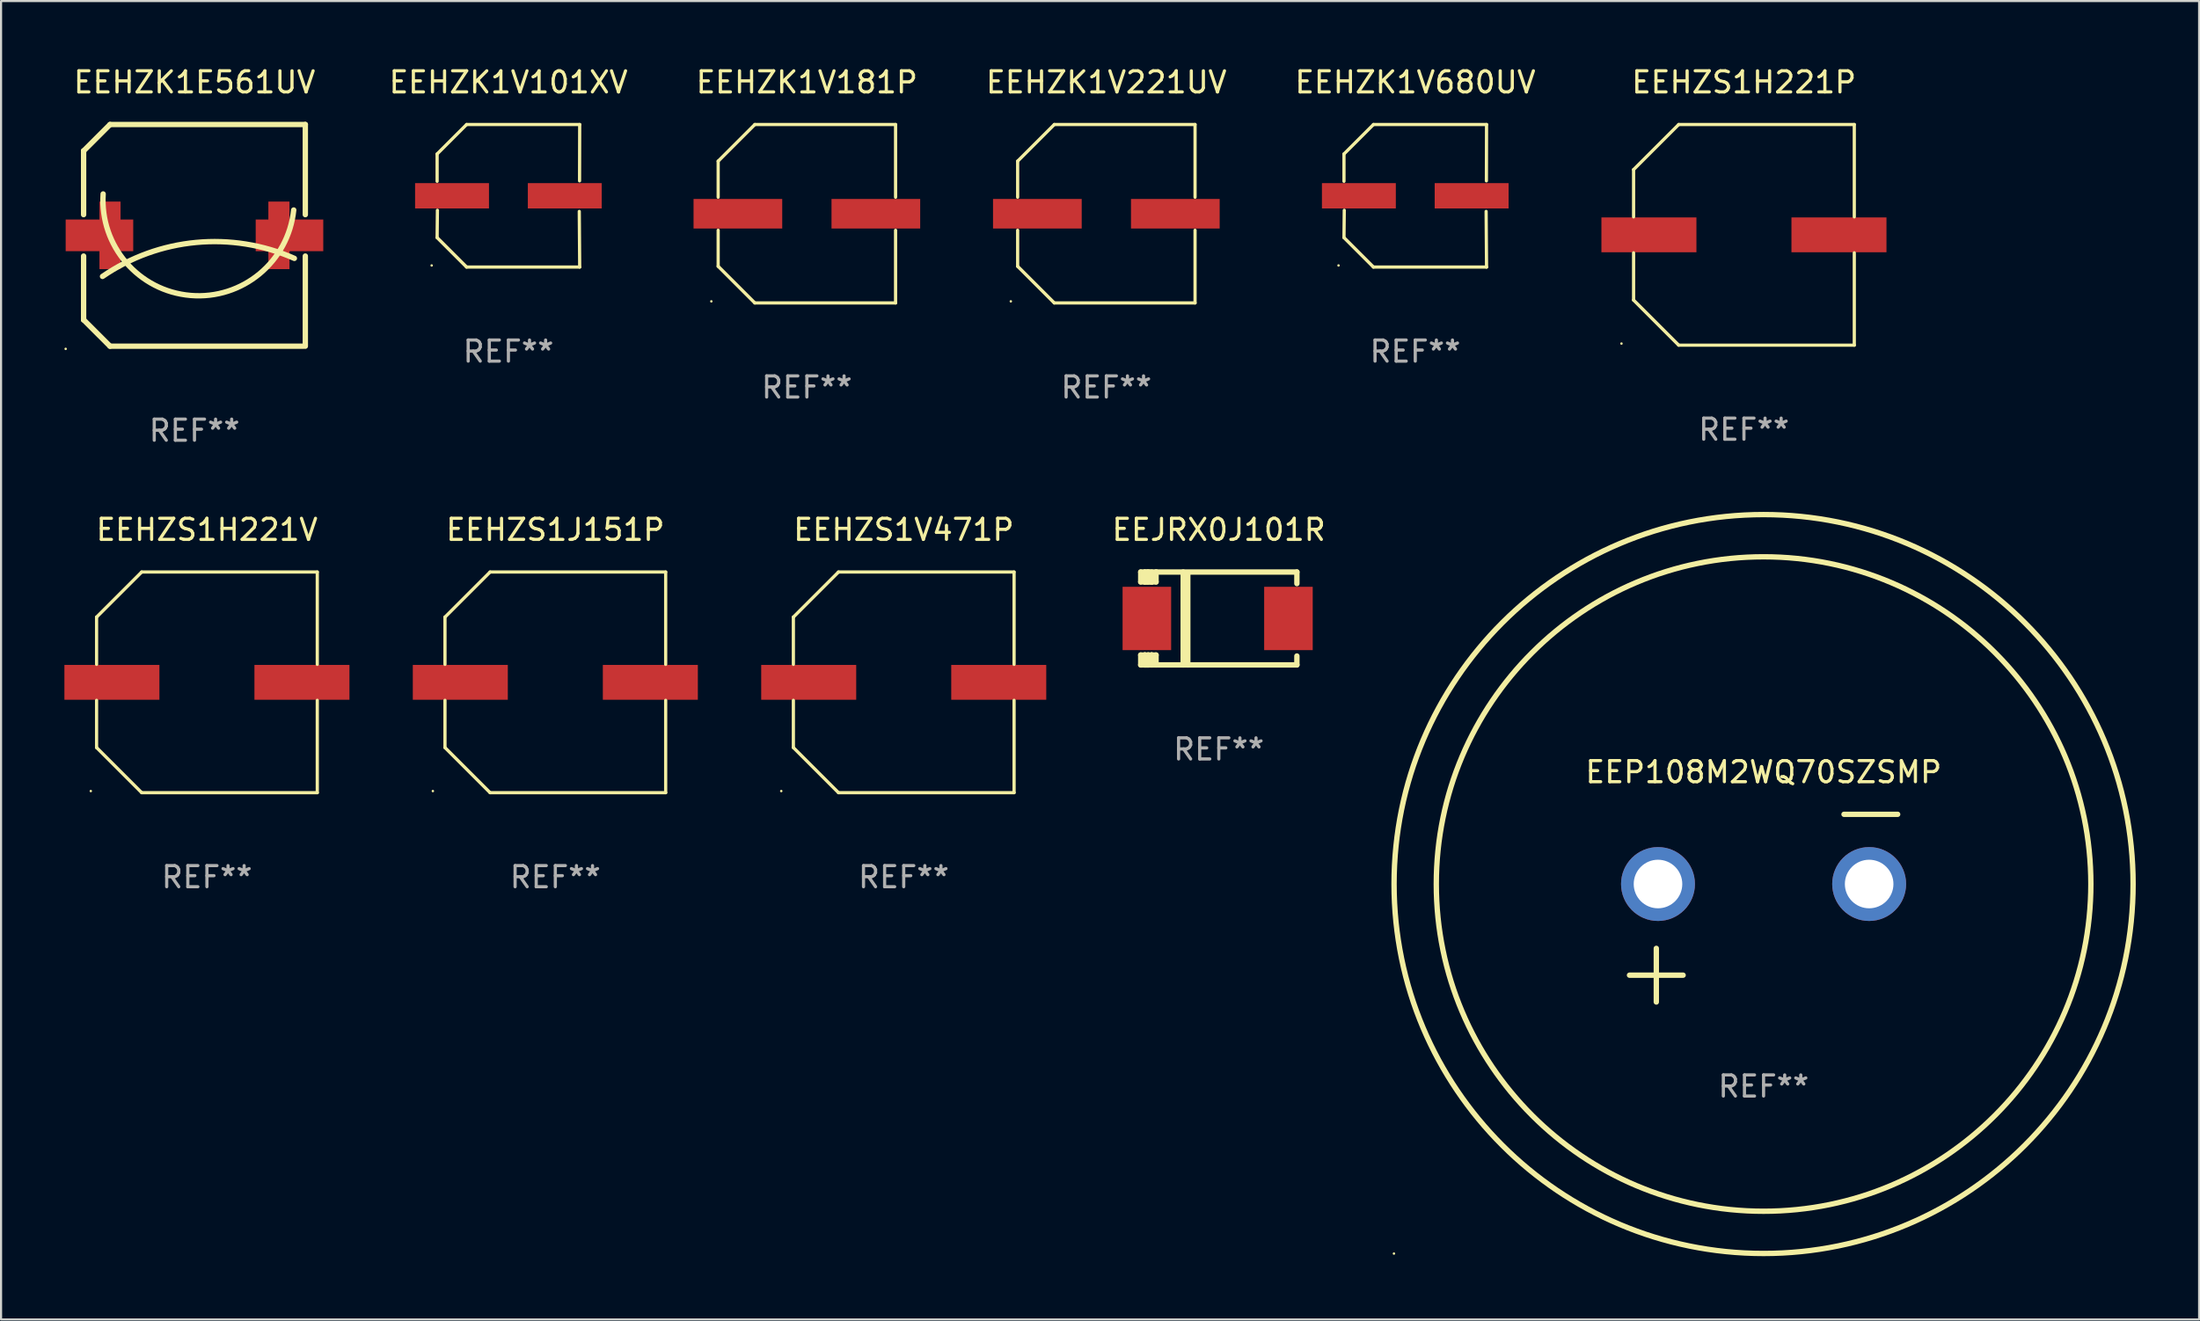
<source format=kicad_pcb>
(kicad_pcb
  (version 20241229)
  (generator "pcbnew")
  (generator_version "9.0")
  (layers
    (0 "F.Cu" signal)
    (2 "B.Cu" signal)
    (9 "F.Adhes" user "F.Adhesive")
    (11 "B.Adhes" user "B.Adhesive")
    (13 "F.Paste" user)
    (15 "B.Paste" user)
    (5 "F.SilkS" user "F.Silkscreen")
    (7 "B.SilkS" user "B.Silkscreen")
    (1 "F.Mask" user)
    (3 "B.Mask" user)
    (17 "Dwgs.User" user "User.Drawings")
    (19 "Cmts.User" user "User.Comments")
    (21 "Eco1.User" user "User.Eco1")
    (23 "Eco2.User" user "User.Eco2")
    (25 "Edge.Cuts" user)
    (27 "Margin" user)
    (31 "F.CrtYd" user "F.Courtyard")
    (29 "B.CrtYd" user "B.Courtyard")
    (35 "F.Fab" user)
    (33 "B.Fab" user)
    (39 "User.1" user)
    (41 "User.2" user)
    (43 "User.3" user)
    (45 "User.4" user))
  (footprint "EEHZK1V101XV"
    (layer "F.Cu")
    (at 21.028 6.224)
    (property "Reference" "EEHZK1V101XV" (at 0 -5.376 0) (layer "F.SilkS") (effects (font (size 1 1) (thickness 0.15))))
    (attr through_hole)
    (fp_line (start -3.376 -1.98) (end -3.376 -0.686) (stroke (width 0.152) (type solid)) (layer "F.SilkS"))
    (fp_line (start -3.376 1.981) (end -3.362 0.686) (stroke (width 0.152) (type solid)) (layer "F.SilkS"))
    (fp_line (start -1.981 3.376) (end -3.376 1.981) (stroke (width 0.152) (type solid)) (layer "F.SilkS"))
    (fp_line (start -1.98 -3.376) (end -3.376 -1.98) (stroke (width 0.152) (type solid)) (layer "F.SilkS"))
    (fp_line (start 3.356 0.74) (end 3.376 3.376) (stroke (width 0.152) (type solid)) (layer "F.SilkS"))
    (fp_line (start 3.369 -0.707) (end 3.376 -3.376) (stroke (width 0.152) (type solid)) (layer "F.SilkS"))
    (fp_line (start 3.376 3.376) (end -1.981 3.376) (stroke (width 0.152) (type solid)) (layer "F.SilkS"))
    (fp_line (start 3.376 -3.376) (end -1.98 -3.376) (stroke (width 0.152) (type solid)) (layer "F.SilkS"))
    (fp_circle (center -3.634 3.3) (end -3.604 3.3) (stroke (width 0.06) (type solid)) (fill no) (layer "F.SilkS"))
    (fp_text user "REF**" (at 0 7.376 0) (layer "F.Fab") (effects (font (size 1 1) (thickness 0.15))))
    (pad "1" smd rect (at -2.67 0.000254) (size 3.5 1.2) (layers "F.Cu" "F.Mask" "F.Paste"))
    (pad "2" smd rect (at 2.67 0.000254) (size 3.5 1.2) (layers "F.Cu" "F.Mask" "F.Paste")))
  (footprint "EEHZK1E561UV"
    (layer "F.Cu")
    (at 6.16 8.098)
    (property "Reference" "EEHZK1E561UV" (at 0 -7.25 0) (layer "F.SilkS") (effects (font (size 1 1) (thickness 0.15))))
    (attr through_hole)
    (fp_line (start -5.25 -4) (end -4 -5.25) (stroke (width 0.254) (type solid)) (layer "F.SilkS"))
    (fp_line (start -5.25 -4) (end -5.25 -4) (stroke (width 0.254) (type solid)) (layer "F.SilkS"))
    (fp_line (start -5.25 -4) (end -5.25 -0.981) (stroke (width 0.254) (type solid)) (layer "F.SilkS"))
    (fp_line (start -5.25 0.981) (end -5.25 4) (stroke (width 0.254) (type solid)) (layer "F.SilkS"))
    (fp_line (start -5.25 4) (end -5.25 4) (stroke (width 0.254) (type solid)) (layer "F.SilkS"))
    (fp_line (start -5.25 4) (end -4 5.25) (stroke (width 0.254) (type solid)) (layer "F.SilkS"))
    (fp_line (start 5.15 5.25) (end -4 5.25) (stroke (width 0.254) (type solid)) (layer "F.SilkS"))
    (fp_line (start 5.25 -5.25) (end -4 -5.25) (stroke (width 0.254) (type solid)) (layer "F.SilkS"))
    (fp_line (start 5.25 -5.25) (end 5.25 -0.981) (stroke (width 0.254) (type solid)) (layer "F.SilkS"))
    (fp_line (start 5.25 0.981) (end 5.25 5.25) (stroke (width 0.254) (type solid)) (layer "F.SilkS"))
    (fp_arc (start -4.354686 1.945034) (mid 0.076929 0.336317) (end 4.730836 1.090196) (stroke (width 0.254001) (type solid)) (layer "F.SilkS"))
    (fp_arc (start 4.7 -1.2) (mid -0.186017 2.847283) (end -4.324866 -1.961417) (stroke (width 0.254001) (type solid)) (layer "F.SilkS"))
    (fp_circle (center -6.1 5.377) (end -6.07 5.377) (stroke (width 0.06) (type solid)) (fill no) (layer "F.SilkS"))
    (fp_text user "REF**" (at 0 9.25 0) (layer "F.Fab") (effects (font (size 1 1) (thickness 0.15))))
    (pad "1" smd rect (at -4.5 0 180) (size 3.2 1.5) (layers "F.Cu" "F.Mask" "F.Paste"))
    (pad "1" smd rect (at -4 0 270) (size 3.2 1) (layers "F.Cu" "F.Mask" "F.Paste"))
    (pad "2" smd rect (at 4 0 270) (size 3.2 1) (layers "F.Cu" "F.Mask" "F.Paste"))
    (pad "2" smd rect (at 4.5 0 180) (size 3.2 1.5) (layers "F.Cu" "F.Mask" "F.Paste")))
  (footprint "EEJRX0J101R"
    (layer "F.Cu")
    (at 54.672 26.245)
    (property "Reference" "EEJRX0J101R" (at 0 -4.2 0) (layer "F.SilkS") (effects (font (size 1 1) (thickness 0.15))))
    (attr through_hole)
    (fp_line (start -3.698 -2.2) (end -3.502 -2.2) (stroke (width 0.254) (type solid)) (layer "F.SilkS"))
    (fp_line (start -3.698 -1.731) (end -3.698 -2.2) (stroke (width 0.254) (type solid)) (layer "F.SilkS"))
    (fp_line (start -3.698 -1.731) (end -3.502 -1.731) (stroke (width 0.254) (type solid)) (layer "F.SilkS"))
    (fp_line (start -3.698 1.731) (end -3.502 1.731) (stroke (width 0.254) (type solid)) (layer "F.SilkS"))
    (fp_line (start -3.698 2.2) (end -3.698 1.731) (stroke (width 0.254) (type solid)) (layer "F.SilkS"))
    (fp_line (start -3.66 2.2) (end -3.698 2.2) (stroke (width 0.254) (type solid)) (layer "F.SilkS"))
    (fp_line (start -3.66 2.2) (end -3.346 2.2) (stroke (width 0.254) (type solid)) (layer "F.SilkS"))
    (fp_line (start -3.502 -2.2) (end 3.698 -2.2) (stroke (width 0.254) (type solid)) (layer "F.SilkS"))
    (fp_line (start -3.502 -1.731) (end -3.502 -2.2) (stroke (width 0.254) (type solid)) (layer "F.SilkS"))
    (fp_line (start -3.502 1.731) (end -3.502 1.778) (stroke (width 0.254) (type solid)) (layer "F.SilkS"))
    (fp_line (start -3.502 1.731) (end -3.178 1.731) (stroke (width 0.254) (type solid)) (layer "F.SilkS"))
    (fp_line (start -3.502 1.778) (end -3.502 1.731) (stroke (width 0.254) (type solid)) (layer "F.SilkS"))
    (fp_line (start -3.502 2.2) (end -3.502 1.778) (stroke (width 0.254) (type solid)) (layer "F.SilkS"))
    (fp_line (start -3.502 2.2) (end 3.698 2.2) (stroke (width 0.254) (type solid)) (layer "F.SilkS"))
    (fp_line (start -3.367 -2.2) (end -3.367 -1.731) (stroke (width 0.254) (type solid)) (layer "F.SilkS"))
    (fp_line (start -3.346 1.731) (end -3.346 2.2) (stroke (width 0.254) (type solid)) (layer "F.SilkS"))
    (fp_line (start -3.346 2.2) (end -3.346 2.2) (stroke (width 0.254) (type solid)) (layer "F.SilkS"))
    (fp_line (start -3.332 1.731) (end -3.346 1.731) (stroke (width 0.254) (type solid)) (layer "F.SilkS"))
    (fp_line (start -3.303 -2.2) (end -3.367 -2.2) (stroke (width 0.254) (type solid)) (layer "F.SilkS"))
    (fp_line (start -3.179 -1.731) (end -3.179 -1.731) (stroke (width 0.254) (type solid)) (layer "F.SilkS"))
    (fp_line (start -3.179 1.731) (end -3.179 2.2) (stroke (width 0.254) (type solid)) (layer "F.SilkS"))
    (fp_line (start -3.178 -1.731) (end -3.502 -1.731) (stroke (width 0.254) (type solid)) (layer "F.SilkS"))
    (fp_line (start -3.178 -1.731) (end -3.179 -1.731) (stroke (width 0.254) (type solid)) (layer "F.SilkS"))
    (fp_line (start -3.178 -1.731) (end -3.178 -2.2) (stroke (width 0.254) (type solid)) (layer "F.SilkS"))
    (fp_line (start -3.178 1.731) (end -3.178 1.731) (stroke (width 0.254) (type solid)) (layer "F.SilkS"))
    (fp_line (start -2.972 -2.2) (end -2.972 -1.731) (stroke (width 0.254) (type solid)) (layer "F.SilkS"))
    (fp_line (start -2.972 -1.731) (end -3.502 -1.731) (stroke (width 0.254) (type solid)) (layer "F.SilkS"))
    (fp_line (start -2.972 1.731) (end -3.179 1.731) (stroke (width 0.254) (type solid)) (layer "F.SilkS"))
    (fp_line (start -2.972 1.731) (end -2.972 2.2) (stroke (width 0.254) (type solid)) (layer "F.SilkS"))
    (fp_line (start -2.957 -2.2) (end -2.972 -2.2) (stroke (width 0.254) (type solid)) (layer "F.SilkS"))
    (fp_line (start -1.686 -2.2) (end -1.686 2.2) (stroke (width 0.254) (type solid)) (layer "F.SilkS"))
    (fp_line (start -1.469 -2.159) (end -1.469 2.2) (stroke (width 0.254) (type solid)) (layer "F.SilkS"))
    (fp_line (start -1.452 -2.159) (end -1.469 -2.159) (stroke (width 0.254) (type solid)) (layer "F.SilkS"))
    (fp_line (start 3.698 -2.2) (end 3.698 -1.651) (stroke (width 0.254) (type solid)) (layer "F.SilkS"))
    (fp_line (start 3.698 2.2) (end 3.698 1.778) (stroke (width 0.254) (type solid)) (layer "F.SilkS"))
    (fp_circle (center -3.552 2.15) (end -3.522 2.15) (stroke (width 0.06) (type solid)) (fill no) (layer "F.SilkS"))
    (fp_text user "REF**" (at 0 6.2 0) (layer "F.Fab") (effects (font (size 1 1) (thickness 0.15))))
    (pad "1" smd rect (at -3.407 0) (size 2.3 3) (layers "F.Cu" "F.Mask" "F.Paste"))
    (pad "2" smd rect (at 3.298 0) (size 2.3 3) (layers "F.Cu" "F.Mask" "F.Paste")))
  (footprint "EEHZK1V181P"
    (layer "F.Cu")
    (at 35.163 7.074)
    (property "Reference" "EEHZK1V181P" (at 0 -6.226 0) (layer "F.SilkS") (effects (font (size 1 1) (thickness 0.15))))
    (attr through_hole)
    (fp_line (start -4.201 -2.49) (end -4.201 -0.782) (stroke (width 0.152) (type solid)) (layer "F.SilkS"))
    (fp_line (start -4.201 2.49) (end -4.201 0.782) (stroke (width 0.152) (type solid)) (layer "F.SilkS"))
    (fp_line (start -2.465 -4.226) (end -4.201 -2.49) (stroke (width 0.152) (type solid)) (layer "F.SilkS"))
    (fp_line (start -2.465 4.226) (end -4.201 2.49) (stroke (width 0.152) (type solid)) (layer "F.SilkS"))
    (fp_line (start 4.201 -4.226) (end -2.465 -4.226) (stroke (width 0.152) (type solid)) (layer "F.SilkS"))
    (fp_line (start 4.201 -0.782) (end 4.201 -4.226) (stroke (width 0.152) (type solid)) (layer "F.SilkS"))
    (fp_line (start 4.201 0.782) (end 4.201 4.226) (stroke (width 0.152) (type solid)) (layer "F.SilkS"))
    (fp_line (start 4.201 4.226) (end -2.465 4.226) (stroke (width 0.152) (type solid)) (layer "F.SilkS"))
    (fp_circle (center -4.524 4.15) (end -4.494 4.15) (stroke (width 0.06) (type solid)) (fill no) (layer "F.SilkS"))
    (fp_text user "REF**" (at 0 8.226 0) (layer "F.Fab") (effects (font (size 1 1) (thickness 0.15))))
    (pad "1" smd rect (at -3.267 0) (size 4.2 1.4) (layers "F.Cu" "F.Mask" "F.Paste"))
    (pad "2" smd rect (at 3.267 0) (size 4.2 1.4) (layers "F.Cu" "F.Mask" "F.Paste")))
  (footprint "EEHZK1V680UV"
    (layer "F.Cu")
    (at 63.976 6.224)
    (property "Reference" "EEHZK1V680UV" (at 0 -5.376 0) (layer "F.SilkS") (effects (font (size 1 1) (thickness 0.15))))
    (attr through_hole)
    (fp_line (start -3.376 -1.98) (end -3.376 -0.686) (stroke (width 0.152) (type solid)) (layer "F.SilkS"))
    (fp_line (start -3.376 1.981) (end -3.362 0.686) (stroke (width 0.152) (type solid)) (layer "F.SilkS"))
    (fp_line (start -1.981 3.376) (end -3.376 1.981) (stroke (width 0.152) (type solid)) (layer "F.SilkS"))
    (fp_line (start -1.98 -3.376) (end -3.376 -1.98) (stroke (width 0.152) (type solid)) (layer "F.SilkS"))
    (fp_line (start 3.356 0.74) (end 3.376 3.376) (stroke (width 0.152) (type solid)) (layer "F.SilkS"))
    (fp_line (start 3.369 -0.707) (end 3.376 -3.376) (stroke (width 0.152) (type solid)) (layer "F.SilkS"))
    (fp_line (start 3.376 3.376) (end -1.981 3.376) (stroke (width 0.152) (type solid)) (layer "F.SilkS"))
    (fp_line (start 3.376 -3.376) (end -1.98 -3.376) (stroke (width 0.152) (type solid)) (layer "F.SilkS"))
    (fp_circle (center -3.634 3.3) (end -3.604 3.3) (stroke (width 0.06) (type solid)) (fill no) (layer "F.SilkS"))
    (fp_text user "REF**" (at 0 7.376 0) (layer "F.Fab") (effects (font (size 1 1) (thickness 0.15))))
    (pad "1" smd rect (at -2.67 0.000254) (size 3.5 1.2) (layers "F.Cu" "F.Mask" "F.Paste"))
    (pad "2" smd rect (at 2.67 0.000254) (size 3.5 1.2) (layers "F.Cu" "F.Mask" "F.Paste")))
  (footprint "EEHZS1H221V"
    (layer "F.Cu")
    (at 6.75 29.271)
    (property "Reference" "EEHZS1H221V" (at 0 -7.226 0) (layer "F.SilkS") (effects (font (size 1 1) (thickness 0.15))))
    (attr through_hole)
    (fp_line (start -5.226 -3.09) (end -5.226 -0.852) (stroke (width 0.152) (type solid)) (layer "F.SilkS"))
    (fp_line (start -5.226 3.09) (end -5.226 0.852) (stroke (width 0.152) (type solid)) (layer "F.SilkS"))
    (fp_line (start -3.09 -5.226) (end -5.226 -3.09) (stroke (width 0.152) (type solid)) (layer "F.SilkS"))
    (fp_line (start -3.09 5.226) (end -5.226 3.09) (stroke (width 0.152) (type solid)) (layer "F.SilkS"))
    (fp_line (start 5.226 -5.226) (end -3.09 -5.226) (stroke (width 0.152) (type solid)) (layer "F.SilkS"))
    (fp_line (start 5.226 -0.852) (end 5.226 -5.226) (stroke (width 0.152) (type solid)) (layer "F.SilkS"))
    (fp_line (start 5.226 0.852) (end 5.226 5.226) (stroke (width 0.152) (type solid)) (layer "F.SilkS"))
    (fp_line (start 5.226 5.226) (end -3.09 5.226) (stroke (width 0.152) (type solid)) (layer "F.SilkS"))
    (fp_circle (center -5.5 5.15) (end -5.47 5.15) (stroke (width 0.06) (type solid)) (fill no) (layer "F.SilkS"))
    (fp_text user "REF**" (at 0 9.226 0) (layer "F.Fab") (effects (font (size 1 1) (thickness 0.15))))
    (pad "1" smd rect (at -4.5 -0.000025) (size 4.5 1.65) (layers "F.Cu" "F.Mask" "F.Paste"))
    (pad "2" smd rect (at 4.5 -0.000025) (size 4.5 1.65) (layers "F.Cu" "F.Mask" "F.Paste")))
  (footprint "EEHZS1H221P"
    (layer "F.Cu")
    (at 79.542 8.074)
    (property "Reference" "EEHZS1H221P" (at 0 -7.226 0) (layer "F.SilkS") (effects (font (size 1 1) (thickness 0.15))))
    (attr through_hole)
    (fp_line (start -5.226 -3.09) (end -5.226 -0.852) (stroke (width 0.152) (type solid)) (layer "F.SilkS"))
    (fp_line (start -5.226 3.09) (end -5.226 0.852) (stroke (width 0.152) (type solid)) (layer "F.SilkS"))
    (fp_line (start -3.09 -5.226) (end -5.226 -3.09) (stroke (width 0.152) (type solid)) (layer "F.SilkS"))
    (fp_line (start -3.09 5.226) (end -5.226 3.09) (stroke (width 0.152) (type solid)) (layer "F.SilkS"))
    (fp_line (start 5.226 -5.226) (end -3.09 -5.226) (stroke (width 0.152) (type solid)) (layer "F.SilkS"))
    (fp_line (start 5.226 -0.852) (end 5.226 -5.226) (stroke (width 0.152) (type solid)) (layer "F.SilkS"))
    (fp_line (start 5.226 0.852) (end 5.226 5.226) (stroke (width 0.152) (type solid)) (layer "F.SilkS"))
    (fp_line (start 5.226 5.226) (end -3.09 5.226) (stroke (width 0.152) (type solid)) (layer "F.SilkS"))
    (fp_circle (center -5.8 5.15) (end -5.77 5.15) (stroke (width 0.06) (type solid)) (fill no) (layer "F.SilkS"))
    (fp_text user "REF**" (at 0 9.226 0) (layer "F.Fab") (effects (font (size 1 1) (thickness 0.15))))
    (pad "1" smd rect (at -4.5 0) (size 4.5 1.65) (layers "F.Cu" "F.Mask" "F.Paste"))
    (pad "2" smd rect (at 4.5 0) (size 4.5 1.65) (layers "F.Cu" "F.Mask" "F.Paste")))
  (footprint "EEP108M2WQ70SZSMP"
    (layer "F.Cu")
    (at 80.472 39.967)
    (property "Reference" "EEP108M2WQ70SZSMP" (at 0 -6.445 0) (layer "F.SilkS") (effects (font (size 1 1) (thickness 0.15))))
    (attr through_hole)
    (fp_line (start -6.35 3.175) (end -3.81 3.175) (stroke (width 0.254) (type solid)) (layer "F.SilkS"))
    (fp_line (start -5.08 1.905) (end -5.08 4.445) (stroke (width 0.254) (type solid)) (layer "F.SilkS"))
    (fp_line (start 3.81 -4.445) (end 6.35 -4.445) (stroke (width 0.254) (type solid)) (layer "F.SilkS"))
    (fp_circle (center -17.505 16.362) (end -17.475 16.362) (stroke (width 0.06) (type solid)) (fill no) (layer "F.SilkS"))
    (fp_circle (center 0 -1.143) (end 15.5 -1.143) (stroke (width 0.254) (type solid)) (fill no) (layer "F.SilkS"))
    (fp_circle (center 0 -1.143) (end 17.5 -1.143) (stroke (width 0.254) (type solid)) (fill no) (layer "F.SilkS"))
    (fp_text user "REF**" (at 0 8.445 0) (layer "F.Fab") (effects (font (size 1 1) (thickness 0.15))))
    (pad "1" thru_hole circle (at -5 -1.143) (size 3.5 3.5) (drill 2.3) (layers "*.Cu" "*.Mask"))
    (pad "2" thru_hole circle (at 5 -1.143) (size 3.5 3.5) (drill 2.3) (layers "*.Cu" "*.Mask")))
  (footprint "EEHZK1V221UV"
    (layer "F.Cu")
    (at 49.346 7.074)
    (property "Reference" "EEHZK1V221UV" (at 0 -6.226 0) (layer "F.SilkS") (effects (font (size 1 1) (thickness 0.15))))
    (attr through_hole)
    (fp_line (start -4.201 -2.49) (end -4.201 -0.782) (stroke (width 0.152) (type solid)) (layer "F.SilkS"))
    (fp_line (start -4.201 2.49) (end -4.201 0.782) (stroke (width 0.152) (type solid)) (layer "F.SilkS"))
    (fp_line (start -2.465 -4.226) (end -4.201 -2.49) (stroke (width 0.152) (type solid)) (layer "F.SilkS"))
    (fp_line (start -2.465 4.226) (end -4.201 2.49) (stroke (width 0.152) (type solid)) (layer "F.SilkS"))
    (fp_line (start 4.201 -4.226) (end -2.465 -4.226) (stroke (width 0.152) (type solid)) (layer "F.SilkS"))
    (fp_line (start 4.201 -0.782) (end 4.201 -4.226) (stroke (width 0.152) (type solid)) (layer "F.SilkS"))
    (fp_line (start 4.201 0.782) (end 4.201 4.226) (stroke (width 0.152) (type solid)) (layer "F.SilkS"))
    (fp_line (start 4.201 4.226) (end -2.465 4.226) (stroke (width 0.152) (type solid)) (layer "F.SilkS"))
    (fp_circle (center -4.524 4.15) (end -4.494 4.15) (stroke (width 0.06) (type solid)) (fill no) (layer "F.SilkS"))
    (fp_text user "REF**" (at 0 8.226 0) (layer "F.Fab") (effects (font (size 1 1) (thickness 0.15))))
    (pad "1" smd rect (at -3.267 0) (size 4.2 1.4) (layers "F.Cu" "F.Mask" "F.Paste"))
    (pad "2" smd rect (at 3.267 0) (size 4.2 1.4) (layers "F.Cu" "F.Mask" "F.Paste")))
  (footprint "EEHZS1J151P"
    (layer "F.Cu")
    (at 23.25 29.271)
    (property "Reference" "EEHZS1J151P" (at 0 -7.226 0) (layer "F.SilkS") (effects (font (size 1 1) (thickness 0.15))))
    (attr through_hole)
    (fp_line (start -5.226 -3.09) (end -5.226 -0.852) (stroke (width 0.152) (type solid)) (layer "F.SilkS"))
    (fp_line (start -5.226 3.09) (end -5.226 0.852) (stroke (width 0.152) (type solid)) (layer "F.SilkS"))
    (fp_line (start -3.09 -5.226) (end -5.226 -3.09) (stroke (width 0.152) (type solid)) (layer "F.SilkS"))
    (fp_line (start -3.09 5.226) (end -5.226 3.09) (stroke (width 0.152) (type solid)) (layer "F.SilkS"))
    (fp_line (start 5.226 -5.226) (end -3.09 -5.226) (stroke (width 0.152) (type solid)) (layer "F.SilkS"))
    (fp_line (start 5.226 -0.852) (end 5.226 -5.226) (stroke (width 0.152) (type solid)) (layer "F.SilkS"))
    (fp_line (start 5.226 0.852) (end 5.226 5.226) (stroke (width 0.152) (type solid)) (layer "F.SilkS"))
    (fp_line (start 5.226 5.226) (end -3.09 5.226) (stroke (width 0.152) (type solid)) (layer "F.SilkS"))
    (fp_circle (center -5.8 5.15) (end -5.77 5.15) (stroke (width 0.06) (type solid)) (fill no) (layer "F.SilkS"))
    (fp_text user "REF**" (at 0 9.226 0) (layer "F.Fab") (effects (font (size 1 1) (thickness 0.15))))
    (pad "1" smd rect (at -4.5 0) (size 4.5 1.65) (layers "F.Cu" "F.Mask" "F.Paste"))
    (pad "2" smd rect (at 4.5 0) (size 4.5 1.65) (layers "F.Cu" "F.Mask" "F.Paste")))
  (footprint "EEHZS1V471P"
    (layer "F.Cu")
    (at 39.75 29.271)
    (property "Reference" "EEHZS1V471P" (at 0 -7.226 0) (layer "F.SilkS") (effects (font (size 1 1) (thickness 0.15))))
    (attr through_hole)
    (fp_line (start -5.226 -3.09) (end -5.226 -0.852) (stroke (width 0.152) (type solid)) (layer "F.SilkS"))
    (fp_line (start -5.226 3.09) (end -5.226 0.852) (stroke (width 0.152) (type solid)) (layer "F.SilkS"))
    (fp_line (start -3.09 -5.226) (end -5.226 -3.09) (stroke (width 0.152) (type solid)) (layer "F.SilkS"))
    (fp_line (start -3.09 5.226) (end -5.226 3.09) (stroke (width 0.152) (type solid)) (layer "F.SilkS"))
    (fp_line (start 5.226 -5.226) (end -3.09 -5.226) (stroke (width 0.152) (type solid)) (layer "F.SilkS"))
    (fp_line (start 5.226 -0.852) (end 5.226 -5.226) (stroke (width 0.152) (type solid)) (layer "F.SilkS"))
    (fp_line (start 5.226 0.852) (end 5.226 5.226) (stroke (width 0.152) (type solid)) (layer "F.SilkS"))
    (fp_line (start 5.226 5.226) (end -3.09 5.226) (stroke (width 0.152) (type solid)) (layer "F.SilkS"))
    (fp_circle (center -5.8 5.15) (end -5.77 5.15) (stroke (width 0.06) (type solid)) (fill no) (layer "F.SilkS"))
    (fp_text user "REF**" (at 0 9.226 0) (layer "F.Fab") (effects (font (size 1 1) (thickness 0.15))))
    (pad "1" smd rect (at -4.5 0) (size 4.5 1.65) (layers "F.Cu" "F.Mask" "F.Paste"))
    (pad "2" smd rect (at 4.5 0) (size 4.5 1.65) (layers "F.Cu" "F.Mask" "F.Paste")))
  (gr_rect
    (start -3 -3)
    (end 101.099 59.451)
    (stroke (width 0.1) (type default))
    (fill no)
    (layer "Edge.Cuts")))
</source>
